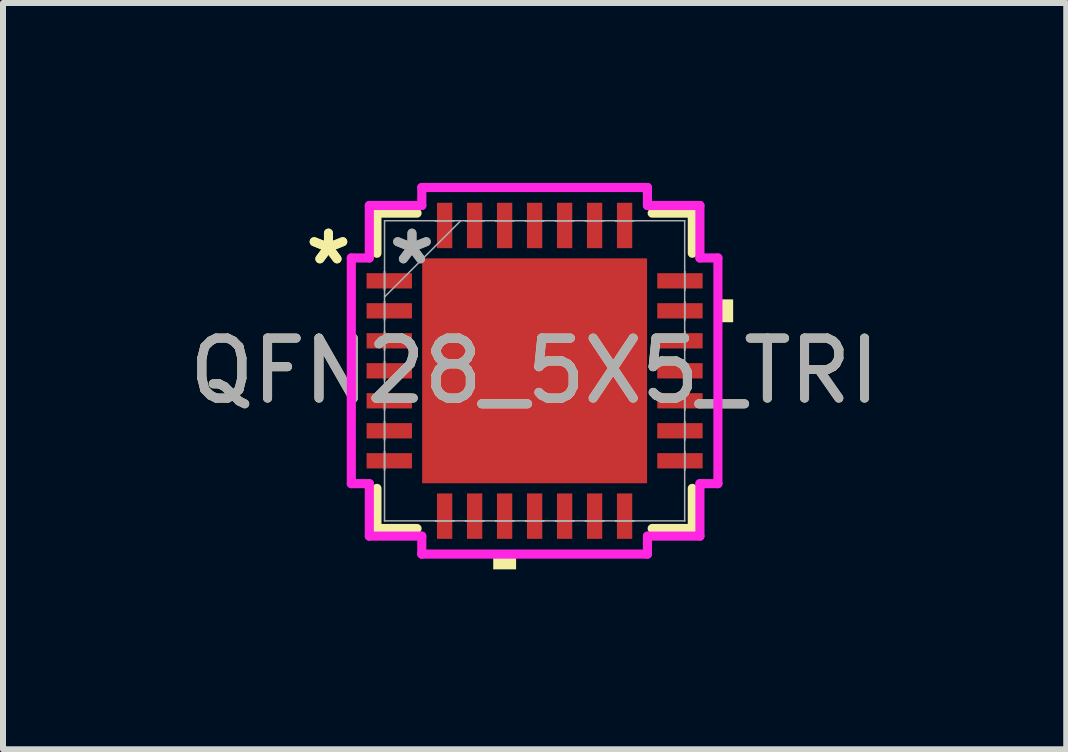
<source format=kicad_pcb>
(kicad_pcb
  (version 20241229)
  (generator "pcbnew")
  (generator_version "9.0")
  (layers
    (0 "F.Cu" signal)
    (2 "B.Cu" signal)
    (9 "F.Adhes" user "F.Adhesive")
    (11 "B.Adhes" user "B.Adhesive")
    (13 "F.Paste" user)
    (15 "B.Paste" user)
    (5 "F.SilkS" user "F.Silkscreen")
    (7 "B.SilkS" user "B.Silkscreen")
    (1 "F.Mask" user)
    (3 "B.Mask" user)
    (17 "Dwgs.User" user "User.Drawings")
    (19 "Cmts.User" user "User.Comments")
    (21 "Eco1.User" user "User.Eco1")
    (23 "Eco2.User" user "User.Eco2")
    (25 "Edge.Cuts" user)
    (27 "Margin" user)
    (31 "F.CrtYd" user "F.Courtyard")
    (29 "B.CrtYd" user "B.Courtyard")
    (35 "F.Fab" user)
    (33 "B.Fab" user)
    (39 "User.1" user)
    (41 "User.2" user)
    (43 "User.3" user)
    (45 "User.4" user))
  (footprint "QFN28_5X5_TRI"
    (layer "F.Cu")
    (at 5.863 3.132)
    (property "Reference" "QFN28_5X5_TRI" (at 0 0 0) (unlocked yes) (layer "F.SilkS") (effects (font (size 1 1) (thickness 0.15))))
    (attr smd)
    (fp_line (start -2.629 -2.629) (end -2.629 -1.96) (stroke (width 0.152) (type solid)) (layer "F.SilkS"))
    (fp_line (start -2.629 1.96) (end -2.629 2.629) (stroke (width 0.152) (type solid)) (layer "F.SilkS"))
    (fp_line (start -2.629 2.629) (end -1.96 2.629) (stroke (width 0.152) (type solid)) (layer "F.SilkS"))
    (fp_line (start -1.96 -2.629) (end -2.629 -2.629) (stroke (width 0.152) (type solid)) (layer "F.SilkS"))
    (fp_line (start 1.96 2.629) (end 2.629 2.629) (stroke (width 0.152) (type solid)) (layer "F.SilkS"))
    (fp_line (start 2.629 -2.629) (end 1.96 -2.629) (stroke (width 0.152) (type solid)) (layer "F.SilkS"))
    (fp_line (start 2.629 -1.96) (end 2.629 -2.629) (stroke (width 0.152) (type solid)) (layer "F.SilkS"))
    (fp_line (start 2.629 2.629) (end 2.629 1.96) (stroke (width 0.152) (type solid)) (layer "F.SilkS"))
    (fp_poly (pts (xy -0.69 3.056) (xy -0.69 3.31) (xy -0.309 3.31) (xy -0.309 3.056)) (stroke (width 0) (type solid)) (fill yes) (layer "F.SilkS"))
    (fp_poly (pts (xy 3.31 -1.191) (xy 3.31 -0.81) (xy 3.056 -0.81) (xy 3.056 -1.191)) (stroke (width 0) (type solid)) (fill yes) (layer "F.SilkS"))
    (fp_poly (pts (xy -1.805 -1.805) (xy -1.805 -0.735) (xy -0.735 -0.735) (xy -0.735 -1.805)) (stroke (width 0) (type solid)) (fill yes) (layer "F.Paste"))
    (fp_poly (pts (xy -1.805 -0.535) (xy -1.805 0.535) (xy -0.735 0.535) (xy -0.735 -0.535)) (stroke (width 0) (type solid)) (fill yes) (layer "F.Paste"))
    (fp_poly (pts (xy -1.805 0.735) (xy -1.805 1.805) (xy -0.735 1.805) (xy -0.735 0.735)) (stroke (width 0) (type solid)) (fill yes) (layer "F.Paste"))
    (fp_poly (pts (xy -0.535 -1.805) (xy -0.535 -0.735) (xy 0.535 -0.735) (xy 0.535 -1.805)) (stroke (width 0) (type solid)) (fill yes) (layer "F.Paste"))
    (fp_poly (pts (xy -0.535 -0.535) (xy -0.535 0.535) (xy 0.535 0.535) (xy 0.535 -0.535)) (stroke (width 0) (type solid)) (fill yes) (layer "F.Paste"))
    (fp_poly (pts (xy -0.535 0.735) (xy -0.535 1.805) (xy 0.535 1.805) (xy 0.535 0.735)) (stroke (width 0) (type solid)) (fill yes) (layer "F.Paste"))
    (fp_poly (pts (xy 0.735 -1.805) (xy 0.735 -0.735) (xy 1.805 -0.735) (xy 1.805 -1.805)) (stroke (width 0) (type solid)) (fill yes) (layer "F.Paste"))
    (fp_poly (pts (xy 0.735 -0.535) (xy 0.735 0.535) (xy 1.805 0.535) (xy 1.805 -0.535)) (stroke (width 0) (type solid)) (fill yes) (layer "F.Paste"))
    (fp_poly (pts (xy 0.735 0.735) (xy 0.735 1.805) (xy 1.805 1.805) (xy 1.805 0.735)) (stroke (width 0) (type solid)) (fill yes) (layer "F.Paste"))
    (fp_line (start -3.056 -1.881) (end -2.756 -1.881) (stroke (width 0.152) (type solid)) (layer "F.CrtYd"))
    (fp_line (start -3.056 1.881) (end -3.056 -1.881) (stroke (width 0.152) (type solid)) (layer "F.CrtYd"))
    (fp_line (start -2.756 -2.756) (end -1.881 -2.756) (stroke (width 0.152) (type solid)) (layer "F.CrtYd"))
    (fp_line (start -2.756 -1.881) (end -2.756 -2.756) (stroke (width 0.152) (type solid)) (layer "F.CrtYd"))
    (fp_line (start -2.756 1.881) (end -3.056 1.881) (stroke (width 0.152) (type solid)) (layer "F.CrtYd"))
    (fp_line (start -2.756 2.756) (end -2.756 1.881) (stroke (width 0.152) (type solid)) (layer "F.CrtYd"))
    (fp_line (start -1.881 -3.056) (end 1.881 -3.056) (stroke (width 0.152) (type solid)) (layer "F.CrtYd"))
    (fp_line (start -1.881 -2.756) (end -1.881 -3.056) (stroke (width 0.152) (type solid)) (layer "F.CrtYd"))
    (fp_line (start -1.881 2.756) (end -2.756 2.756) (stroke (width 0.152) (type solid)) (layer "F.CrtYd"))
    (fp_line (start -1.881 3.056) (end -1.881 2.756) (stroke (width 0.152) (type solid)) (layer "F.CrtYd"))
    (fp_line (start 1.881 -3.056) (end 1.881 -2.756) (stroke (width 0.152) (type solid)) (layer "F.CrtYd"))
    (fp_line (start 1.881 -2.756) (end 2.756 -2.756) (stroke (width 0.152) (type solid)) (layer "F.CrtYd"))
    (fp_line (start 1.881 2.756) (end 1.881 3.056) (stroke (width 0.152) (type solid)) (layer "F.CrtYd"))
    (fp_line (start 1.881 3.056) (end -1.881 3.056) (stroke (width 0.152) (type solid)) (layer "F.CrtYd"))
    (fp_line (start 2.756 -2.756) (end 2.756 -1.881) (stroke (width 0.152) (type solid)) (layer "F.CrtYd"))
    (fp_line (start 2.756 -1.881) (end 3.056 -1.881) (stroke (width 0.152) (type solid)) (layer "F.CrtYd"))
    (fp_line (start 2.756 1.881) (end 2.756 2.756) (stroke (width 0.152) (type solid)) (layer "F.CrtYd"))
    (fp_line (start 2.756 2.756) (end 1.881 2.756) (stroke (width 0.152) (type solid)) (layer "F.CrtYd"))
    (fp_line (start 3.056 -1.881) (end 3.056 1.881) (stroke (width 0.152) (type solid)) (layer "F.CrtYd"))
    (fp_line (start 3.056 1.881) (end 2.756 1.881) (stroke (width 0.152) (type solid)) (layer "F.CrtYd"))
    (fp_line (start -2.502 -2.502) (end -2.502 -2.502) (stroke (width 0.025) (type solid)) (layer "F.Fab"))
    (fp_line (start -2.502 -2.502) (end -2.502 2.502) (stroke (width 0.025) (type solid)) (layer "F.Fab"))
    (fp_line (start -2.502 -1.652) (end -2.502 -1.652) (stroke (width 0.025) (type solid)) (layer "F.Fab"))
    (fp_line (start -2.502 -1.652) (end -2.502 -1.348) (stroke (width 0.025) (type solid)) (layer "F.Fab"))
    (fp_line (start -2.502 -1.348) (end -2.502 -1.652) (stroke (width 0.025) (type solid)) (layer "F.Fab"))
    (fp_line (start -2.502 -1.348) (end -2.502 -1.348) (stroke (width 0.025) (type solid)) (layer "F.Fab"))
    (fp_line (start -2.502 -1.232) (end -1.232 -2.502) (stroke (width 0.025) (type solid)) (layer "F.Fab"))
    (fp_line (start -2.502 -1.152) (end -2.502 -1.152) (stroke (width 0.025) (type solid)) (layer "F.Fab"))
    (fp_line (start -2.502 -1.152) (end -2.502 -0.848) (stroke (width 0.025) (type solid)) (layer "F.Fab"))
    (fp_line (start -2.502 -0.848) (end -2.502 -1.152) (stroke (width 0.025) (type solid)) (layer "F.Fab"))
    (fp_line (start -2.502 -0.848) (end -2.502 -0.848) (stroke (width 0.025) (type solid)) (layer "F.Fab"))
    (fp_line (start -2.502 -0.652) (end -2.502 -0.652) (stroke (width 0.025) (type solid)) (layer "F.Fab"))
    (fp_line (start -2.502 -0.652) (end -2.502 -0.348) (stroke (width 0.025) (type solid)) (layer "F.Fab"))
    (fp_line (start -2.502 -0.348) (end -2.502 -0.652) (stroke (width 0.025) (type solid)) (layer "F.Fab"))
    (fp_line (start -2.502 -0.348) (end -2.502 -0.348) (stroke (width 0.025) (type solid)) (layer "F.Fab"))
    (fp_line (start -2.502 -0.152) (end -2.502 -0.152) (stroke (width 0.025) (type solid)) (layer "F.Fab"))
    (fp_line (start -2.502 -0.152) (end -2.502 0.152) (stroke (width 0.025) (type solid)) (layer "F.Fab"))
    (fp_line (start -2.502 0.152) (end -2.502 -0.152) (stroke (width 0.025) (type solid)) (layer "F.Fab"))
    (fp_line (start -2.502 0.152) (end -2.502 0.152) (stroke (width 0.025) (type solid)) (layer "F.Fab"))
    (fp_line (start -2.502 0.348) (end -2.502 0.348) (stroke (width 0.025) (type solid)) (layer "F.Fab"))
    (fp_line (start -2.502 0.348) (end -2.502 0.652) (stroke (width 0.025) (type solid)) (layer "F.Fab"))
    (fp_line (start -2.502 0.652) (end -2.502 0.348) (stroke (width 0.025) (type solid)) (layer "F.Fab"))
    (fp_line (start -2.502 0.652) (end -2.502 0.652) (stroke (width 0.025) (type solid)) (layer "F.Fab"))
    (fp_line (start -2.502 0.848) (end -2.502 0.848) (stroke (width 0.025) (type solid)) (layer "F.Fab"))
    (fp_line (start -2.502 0.848) (end -2.502 1.152) (stroke (width 0.025) (type solid)) (layer "F.Fab"))
    (fp_line (start -2.502 1.152) (end -2.502 0.848) (stroke (width 0.025) (type solid)) (layer "F.Fab"))
    (fp_line (start -2.502 1.152) (end -2.502 1.152) (stroke (width 0.025) (type solid)) (layer "F.Fab"))
    (fp_line (start -2.502 1.348) (end -2.502 1.348) (stroke (width 0.025) (type solid)) (layer "F.Fab"))
    (fp_line (start -2.502 1.348) (end -2.502 1.652) (stroke (width 0.025) (type solid)) (layer "F.Fab"))
    (fp_line (start -2.502 1.652) (end -2.502 1.348) (stroke (width 0.025) (type solid)) (layer "F.Fab"))
    (fp_line (start -2.502 1.652) (end -2.502 1.652) (stroke (width 0.025) (type solid)) (layer "F.Fab"))
    (fp_line (start -2.502 2.502) (end -2.502 2.502) (stroke (width 0.025) (type solid)) (layer "F.Fab"))
    (fp_line (start -2.502 2.502) (end 2.502 2.502) (stroke (width 0.025) (type solid)) (layer "F.Fab"))
    (fp_line (start -1.652 -2.502) (end -1.652 -2.502) (stroke (width 0.025) (type solid)) (layer "F.Fab"))
    (fp_line (start -1.652 -2.502) (end -1.348 -2.502) (stroke (width 0.025) (type solid)) (layer "F.Fab"))
    (fp_line (start -1.652 2.502) (end -1.652 2.502) (stroke (width 0.025) (type solid)) (layer "F.Fab"))
    (fp_line (start -1.652 2.502) (end -1.348 2.502) (stroke (width 0.025) (type solid)) (layer "F.Fab"))
    (fp_line (start -1.348 -2.502) (end -1.652 -2.502) (stroke (width 0.025) (type solid)) (layer "F.Fab"))
    (fp_line (start -1.348 -2.502) (end -1.348 -2.502) (stroke (width 0.025) (type solid)) (layer "F.Fab"))
    (fp_line (start -1.348 2.502) (end -1.652 2.502) (stroke (width 0.025) (type solid)) (layer "F.Fab"))
    (fp_line (start -1.348 2.502) (end -1.348 2.502) (stroke (width 0.025) (type solid)) (layer "F.Fab"))
    (fp_line (start -1.152 -2.502) (end -1.152 -2.502) (stroke (width 0.025) (type solid)) (layer "F.Fab"))
    (fp_line (start -1.152 -2.502) (end -0.848 -2.502) (stroke (width 0.025) (type solid)) (layer "F.Fab"))
    (fp_line (start -1.152 2.502) (end -1.152 2.502) (stroke (width 0.025) (type solid)) (layer "F.Fab"))
    (fp_line (start -1.152 2.502) (end -0.848 2.502) (stroke (width 0.025) (type solid)) (layer "F.Fab"))
    (fp_line (start -0.848 -2.502) (end -1.152 -2.502) (stroke (width 0.025) (type solid)) (layer "F.Fab"))
    (fp_line (start -0.848 -2.502) (end -0.848 -2.502) (stroke (width 0.025) (type solid)) (layer "F.Fab"))
    (fp_line (start -0.848 2.502) (end -1.152 2.502) (stroke (width 0.025) (type solid)) (layer "F.Fab"))
    (fp_line (start -0.848 2.502) (end -0.848 2.502) (stroke (width 0.025) (type solid)) (layer "F.Fab"))
    (fp_line (start -0.652 -2.502) (end -0.652 -2.502) (stroke (width 0.025) (type solid)) (layer "F.Fab"))
    (fp_line (start -0.652 -2.502) (end -0.348 -2.502) (stroke (width 0.025) (type solid)) (layer "F.Fab"))
    (fp_line (start -0.652 2.502) (end -0.652 2.502) (stroke (width 0.025) (type solid)) (layer "F.Fab"))
    (fp_line (start -0.652 2.502) (end -0.348 2.502) (stroke (width 0.025) (type solid)) (layer "F.Fab"))
    (fp_line (start -0.348 -2.502) (end -0.652 -2.502) (stroke (width 0.025) (type solid)) (layer "F.Fab"))
    (fp_line (start -0.348 -2.502) (end -0.348 -2.502) (stroke (width 0.025) (type solid)) (layer "F.Fab"))
    (fp_line (start -0.348 2.502) (end -0.652 2.502) (stroke (width 0.025) (type solid)) (layer "F.Fab"))
    (fp_line (start -0.348 2.502) (end -0.348 2.502) (stroke (width 0.025) (type solid)) (layer "F.Fab"))
    (fp_line (start -0.152 -2.502) (end -0.152 -2.502) (stroke (width 0.025) (type solid)) (layer "F.Fab"))
    (fp_line (start -0.152 -2.502) (end 0.152 -2.502) (stroke (width 0.025) (type solid)) (layer "F.Fab"))
    (fp_line (start -0.152 2.502) (end -0.152 2.502) (stroke (width 0.025) (type solid)) (layer "F.Fab"))
    (fp_line (start -0.152 2.502) (end 0.152 2.502) (stroke (width 0.025) (type solid)) (layer "F.Fab"))
    (fp_line (start 0.152 -2.502) (end -0.152 -2.502) (stroke (width 0.025) (type solid)) (layer "F.Fab"))
    (fp_line (start 0.152 -2.502) (end 0.152 -2.502) (stroke (width 0.025) (type solid)) (layer "F.Fab"))
    (fp_line (start 0.152 2.502) (end -0.152 2.502) (stroke (width 0.025) (type solid)) (layer "F.Fab"))
    (fp_line (start 0.152 2.502) (end 0.152 2.502) (stroke (width 0.025) (type solid)) (layer "F.Fab"))
    (fp_line (start 0.348 -2.502) (end 0.348 -2.502) (stroke (width 0.025) (type solid)) (layer "F.Fab"))
    (fp_line (start 0.348 -2.502) (end 0.652 -2.502) (stroke (width 0.025) (type solid)) (layer "F.Fab"))
    (fp_line (start 0.348 2.502) (end 0.348 2.502) (stroke (width 0.025) (type solid)) (layer "F.Fab"))
    (fp_line (start 0.348 2.502) (end 0.652 2.502) (stroke (width 0.025) (type solid)) (layer "F.Fab"))
    (fp_line (start 0.652 -2.502) (end 0.348 -2.502) (stroke (width 0.025) (type solid)) (layer "F.Fab"))
    (fp_line (start 0.652 -2.502) (end 0.652 -2.502) (stroke (width 0.025) (type solid)) (layer "F.Fab"))
    (fp_line (start 0.652 2.502) (end 0.348 2.502) (stroke (width 0.025) (type solid)) (layer "F.Fab"))
    (fp_line (start 0.652 2.502) (end 0.652 2.502) (stroke (width 0.025) (type solid)) (layer "F.Fab"))
    (fp_line (start 0.848 -2.502) (end 0.848 -2.502) (stroke (width 0.025) (type solid)) (layer "F.Fab"))
    (fp_line (start 0.848 -2.502) (end 1.152 -2.502) (stroke (width 0.025) (type solid)) (layer "F.Fab"))
    (fp_line (start 0.848 2.502) (end 0.848 2.502) (stroke (width 0.025) (type solid)) (layer "F.Fab"))
    (fp_line (start 0.848 2.502) (end 1.152 2.502) (stroke (width 0.025) (type solid)) (layer "F.Fab"))
    (fp_line (start 1.152 -2.502) (end 0.848 -2.502) (stroke (width 0.025) (type solid)) (layer "F.Fab"))
    (fp_line (start 1.152 -2.502) (end 1.152 -2.502) (stroke (width 0.025) (type solid)) (layer "F.Fab"))
    (fp_line (start 1.152 2.502) (end 0.848 2.502) (stroke (width 0.025) (type solid)) (layer "F.Fab"))
    (fp_line (start 1.152 2.502) (end 1.152 2.502) (stroke (width 0.025) (type solid)) (layer "F.Fab"))
    (fp_line (start 1.348 -2.502) (end 1.348 -2.502) (stroke (width 0.025) (type solid)) (layer "F.Fab"))
    (fp_line (start 1.348 -2.502) (end 1.652 -2.502) (stroke (width 0.025) (type solid)) (layer "F.Fab"))
    (fp_line (start 1.348 2.502) (end 1.348 2.502) (stroke (width 0.025) (type solid)) (layer "F.Fab"))
    (fp_line (start 1.348 2.502) (end 1.652 2.502) (stroke (width 0.025) (type solid)) (layer "F.Fab"))
    (fp_line (start 1.652 -2.502) (end 1.348 -2.502) (stroke (width 0.025) (type solid)) (layer "F.Fab"))
    (fp_line (start 1.652 -2.502) (end 1.652 -2.502) (stroke (width 0.025) (type solid)) (layer "F.Fab"))
    (fp_line (start 1.652 2.502) (end 1.348 2.502) (stroke (width 0.025) (type solid)) (layer "F.Fab"))
    (fp_line (start 1.652 2.502) (end 1.652 2.502) (stroke (width 0.025) (type solid)) (layer "F.Fab"))
    (fp_line (start 2.502 -2.502) (end -2.502 -2.502) (stroke (width 0.025) (type solid)) (layer "F.Fab"))
    (fp_line (start 2.502 -2.502) (end 2.502 -2.502) (stroke (width 0.025) (type solid)) (layer "F.Fab"))
    (fp_line (start 2.502 -1.652) (end 2.502 -1.652) (stroke (width 0.025) (type solid)) (layer "F.Fab"))
    (fp_line (start 2.502 -1.652) (end 2.502 -1.348) (stroke (width 0.025) (type solid)) (layer "F.Fab"))
    (fp_line (start 2.502 -1.348) (end 2.502 -1.652) (stroke (width 0.025) (type solid)) (layer "F.Fab"))
    (fp_line (start 2.502 -1.348) (end 2.502 -1.348) (stroke (width 0.025) (type solid)) (layer "F.Fab"))
    (fp_line (start 2.502 -1.152) (end 2.502 -1.152) (stroke (width 0.025) (type solid)) (layer "F.Fab"))
    (fp_line (start 2.502 -1.152) (end 2.502 -0.848) (stroke (width 0.025) (type solid)) (layer "F.Fab"))
    (fp_line (start 2.502 -0.848) (end 2.502 -1.152) (stroke (width 0.025) (type solid)) (layer "F.Fab"))
    (fp_line (start 2.502 -0.848) (end 2.502 -0.848) (stroke (width 0.025) (type solid)) (layer "F.Fab"))
    (fp_line (start 2.502 -0.652) (end 2.502 -0.652) (stroke (width 0.025) (type solid)) (layer "F.Fab"))
    (fp_line (start 2.502 -0.652) (end 2.502 -0.348) (stroke (width 0.025) (type solid)) (layer "F.Fab"))
    (fp_line (start 2.502 -0.348) (end 2.502 -0.652) (stroke (width 0.025) (type solid)) (layer "F.Fab"))
    (fp_line (start 2.502 -0.348) (end 2.502 -0.348) (stroke (width 0.025) (type solid)) (layer "F.Fab"))
    (fp_line (start 2.502 -0.152) (end 2.502 -0.152) (stroke (width 0.025) (type solid)) (layer "F.Fab"))
    (fp_line (start 2.502 -0.152) (end 2.502 0.152) (stroke (width 0.025) (type solid)) (layer "F.Fab"))
    (fp_line (start 2.502 0.152) (end 2.502 -0.152) (stroke (width 0.025) (type solid)) (layer "F.Fab"))
    (fp_line (start 2.502 0.152) (end 2.502 0.152) (stroke (width 0.025) (type solid)) (layer "F.Fab"))
    (fp_line (start 2.502 0.348) (end 2.502 0.348) (stroke (width 0.025) (type solid)) (layer "F.Fab"))
    (fp_line (start 2.502 0.348) (end 2.502 0.652) (stroke (width 0.025) (type solid)) (layer "F.Fab"))
    (fp_line (start 2.502 0.652) (end 2.502 0.348) (stroke (width 0.025) (type solid)) (layer "F.Fab"))
    (fp_line (start 2.502 0.652) (end 2.502 0.652) (stroke (width 0.025) (type solid)) (layer "F.Fab"))
    (fp_line (start 2.502 0.848) (end 2.502 0.848) (stroke (width 0.025) (type solid)) (layer "F.Fab"))
    (fp_line (start 2.502 0.848) (end 2.502 1.152) (stroke (width 0.025) (type solid)) (layer "F.Fab"))
    (fp_line (start 2.502 1.152) (end 2.502 0.848) (stroke (width 0.025) (type solid)) (layer "F.Fab"))
    (fp_line (start 2.502 1.152) (end 2.502 1.152) (stroke (width 0.025) (type solid)) (layer "F.Fab"))
    (fp_line (start 2.502 1.348) (end 2.502 1.348) (stroke (width 0.025) (type solid)) (layer "F.Fab"))
    (fp_line (start 2.502 1.348) (end 2.502 1.652) (stroke (width 0.025) (type solid)) (layer "F.Fab"))
    (fp_line (start 2.502 1.652) (end 2.502 1.348) (stroke (width 0.025) (type solid)) (layer "F.Fab"))
    (fp_line (start 2.502 1.652) (end 2.502 1.652) (stroke (width 0.025) (type solid)) (layer "F.Fab"))
    (fp_line (start 2.502 2.502) (end 2.502 -2.502) (stroke (width 0.025) (type solid)) (layer "F.Fab"))
    (fp_line (start 2.502 2.502) (end 2.502 2.502) (stroke (width 0.025) (type solid)) (layer "F.Fab"))
    (fp_text user "*" (at -3.437 -1.75 0) (unlocked yes) (layer "F.SilkS") (effects (font (size 1 1) (thickness 0.15))))
    (fp_text user "*" (at -3.437 -1.75 0) (layer "F.SilkS") (effects (font (size 1 1) (thickness 0.15))))
    (fp_text user "${REFERENCE}" (at 0 0 0) (unlocked yes) (layer "F.Fab") (effects (font (size 1 1) (thickness 0.15))))
    (fp_text user "*" (at -2.045 -1.75 0) (layer "F.Fab") (effects (font (size 1 1) (thickness 0.15))))
    (fp_text user "*" (at -2.045 -1.75 0) (unlocked yes) (layer "F.Fab") (effects (font (size 1 1) (thickness 0.15))))
    (pad "1" smd rect (at -2.423 -1.5 90) (size 0.255 0.757) (layers "F.Cu" "F.Mask" "F.Paste"))
    (pad "2" smd rect (at -2.423 -1 90) (size 0.255 0.757) (layers "F.Cu" "F.Mask" "F.Paste"))
    (pad "3" smd rect (at -2.423 -0.5 90) (size 0.255 0.757) (layers "F.Cu" "F.Mask" "F.Paste"))
    (pad "4" smd rect (at -2.423 0 90) (size 0.255 0.757) (layers "F.Cu" "F.Mask" "F.Paste"))
    (pad "5" smd rect (at -2.423 0.5 90) (size 0.255 0.757) (layers "F.Cu" "F.Mask" "F.Paste"))
    (pad "6" smd rect (at -2.423 1 90) (size 0.255 0.757) (layers "F.Cu" "F.Mask" "F.Paste"))
    (pad "7" smd rect (at -2.423 1.5 90) (size 0.255 0.757) (layers "F.Cu" "F.Mask" "F.Paste"))
    (pad "8" smd rect (at -1.5 2.423) (size 0.255 0.757) (layers "F.Cu" "F.Mask" "F.Paste"))
    (pad "9" smd rect (at -1 2.423) (size 0.255 0.757) (layers "F.Cu" "F.Mask" "F.Paste"))
    (pad "10" smd rect (at -0.5 2.423) (size 0.255 0.757) (layers "F.Cu" "F.Mask" "F.Paste"))
    (pad "11" smd rect (at 0 2.423) (size 0.255 0.757) (layers "F.Cu" "F.Mask" "F.Paste"))
    (pad "12" smd rect (at 0.5 2.423) (size 0.255 0.757) (layers "F.Cu" "F.Mask" "F.Paste"))
    (pad "13" smd rect (at 1 2.423) (size 0.255 0.757) (layers "F.Cu" "F.Mask" "F.Paste"))
    (pad "14" smd rect (at 1.5 2.423) (size 0.255 0.757) (layers "F.Cu" "F.Mask" "F.Paste"))
    (pad "15" smd rect (at 2.423 1.5 90) (size 0.255 0.757) (layers "F.Cu" "F.Mask" "F.Paste"))
    (pad "16" smd rect (at 2.423 1 90) (size 0.255 0.757) (layers "F.Cu" "F.Mask" "F.Paste"))
    (pad "17" smd rect (at 2.423 0.5 90) (size 0.255 0.757) (layers "F.Cu" "F.Mask" "F.Paste"))
    (pad "18" smd rect (at 2.423 0 90) (size 0.255 0.757) (layers "F.Cu" "F.Mask" "F.Paste"))
    (pad "19" smd rect (at 2.423 -0.5 90) (size 0.255 0.757) (layers "F.Cu" "F.Mask" "F.Paste"))
    (pad "20" smd rect (at 2.423 -1 90) (size 0.255 0.757) (layers "F.Cu" "F.Mask" "F.Paste"))
    (pad "21" smd rect (at 2.423 -1.5 90) (size 0.255 0.757) (layers "F.Cu" "F.Mask" "F.Paste"))
    (pad "22" smd rect (at 1.5 -2.423) (size 0.255 0.757) (layers "F.Cu" "F.Mask" "F.Paste"))
    (pad "23" smd rect (at 1 -2.423) (size 0.255 0.757) (layers "F.Cu" "F.Mask" "F.Paste"))
    (pad "24" smd rect (at 0.5 -2.423) (size 0.255 0.757) (layers "F.Cu" "F.Mask" "F.Paste"))
    (pad "25" smd rect (at 0 -2.423) (size 0.255 0.757) (layers "F.Cu" "F.Mask" "F.Paste"))
    (pad "26" smd rect (at -0.5 -2.423) (size 0.255 0.757) (layers "F.Cu" "F.Mask" "F.Paste"))
    (pad "27" smd rect (at -1 -2.423) (size 0.255 0.757) (layers "F.Cu" "F.Mask" "F.Paste"))
    (pad "28" smd rect (at -1.5 -2.423) (size 0.255 0.757) (layers "F.Cu" "F.Mask" "F.Paste"))
    (pad "29" smd rect (at 0 0) (size 3.75 3.75) (layers "F.Cu" "F.Mask" "F.Paste")))
  (gr_rect
    (start -3 -3)
    (end 14.726 9.442)
    (stroke (width 0.1) (type default))
    (fill no)
    (layer "Edge.Cuts")))
</source>
